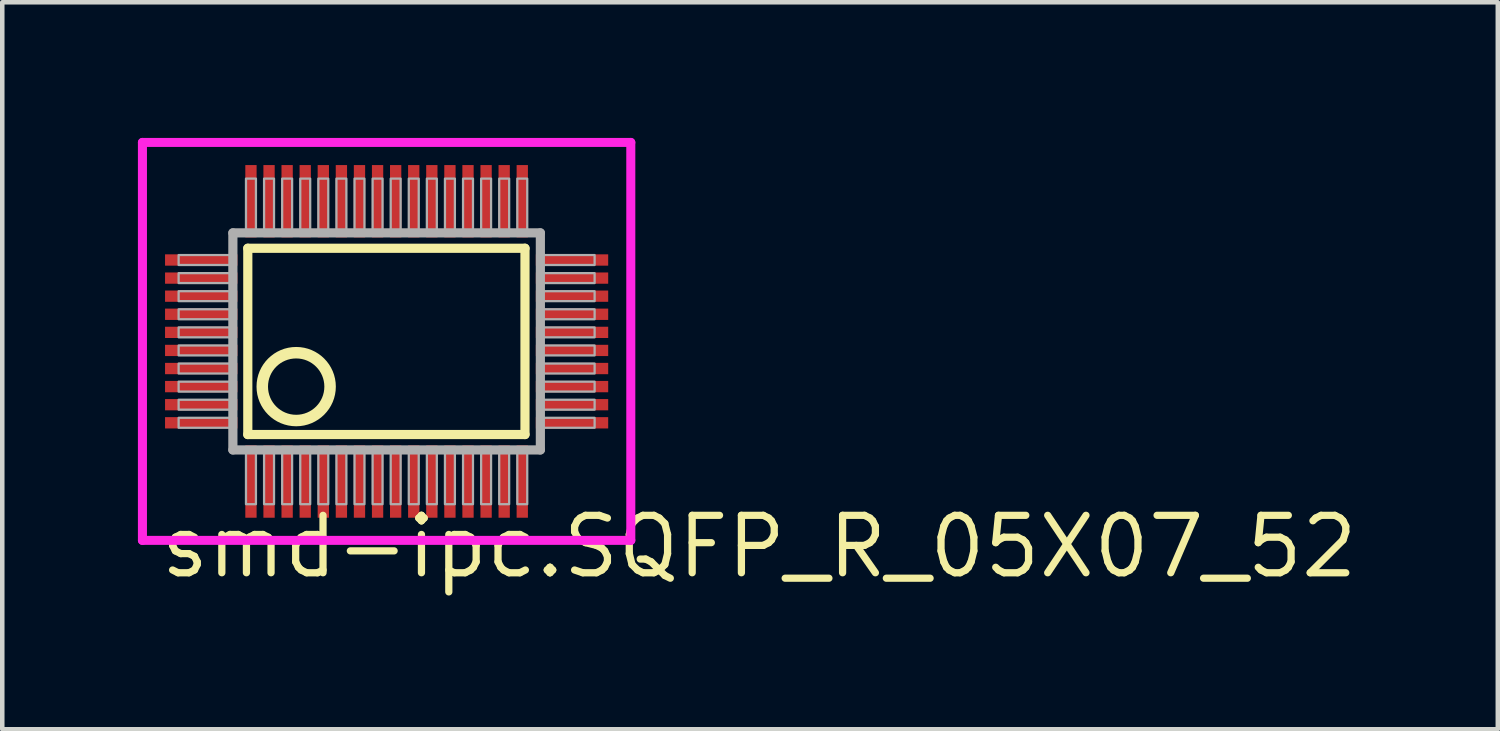
<source format=kicad_pcb>
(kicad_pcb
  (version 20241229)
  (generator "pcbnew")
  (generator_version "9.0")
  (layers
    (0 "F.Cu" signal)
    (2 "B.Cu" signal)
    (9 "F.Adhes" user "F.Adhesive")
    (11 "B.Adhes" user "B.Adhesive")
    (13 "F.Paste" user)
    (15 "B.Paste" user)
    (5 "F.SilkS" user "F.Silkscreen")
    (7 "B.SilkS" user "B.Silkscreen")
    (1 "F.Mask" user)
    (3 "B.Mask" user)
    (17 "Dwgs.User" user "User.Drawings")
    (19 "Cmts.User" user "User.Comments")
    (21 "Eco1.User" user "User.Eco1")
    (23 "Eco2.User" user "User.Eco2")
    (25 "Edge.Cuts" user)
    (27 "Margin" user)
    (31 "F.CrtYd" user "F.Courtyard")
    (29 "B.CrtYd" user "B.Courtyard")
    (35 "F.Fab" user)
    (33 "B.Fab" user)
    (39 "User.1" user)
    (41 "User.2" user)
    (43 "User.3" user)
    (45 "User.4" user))
  (footprint "smd-ipc.SQFP_R_05X07_52"
    (layer "F.Cu")
    (at 5.5 4.5)
    (property "Reference" "smd-ipc.SQFP_R_05X07_52" (at -5.08 5.28 0) (layer "F.SilkS") (effects (font (size 1.27 1.27) (thickness 0.16)) (justify left bottom)))
    (attr smd)
    (fp_line (start -3.07 -2.06) (end 3.06 -2.06) (stroke (width 0.203) (type default)) (layer "F.SilkS"))
    (fp_line (start -3.07 2.06) (end -3.07 -2.06) (stroke (width 0.203) (type default)) (layer "F.SilkS"))
    (fp_line (start 3.06 -2.06) (end 3.06 2.06) (stroke (width 0.203) (type default)) (layer "F.SilkS"))
    (fp_line (start 3.06 2.06) (end -3.07 2.06) (stroke (width 0.203) (type default)) (layer "F.SilkS"))
    (fp_circle (center -2 1) (end -1.25 1) (stroke (width 0.254) (type default)) (fill no) (layer "F.SilkS"))
    (fp_line (start -5.4 -4.4) (end 5.4 -4.4) (stroke (width 0.2) (type default)) (layer "F.CrtYd"))
    (fp_line (start -5.4 4.4) (end -5.4 -4.4) (stroke (width 0.2) (type default)) (layer "F.CrtYd"))
    (fp_line (start 5.4 -4.4) (end 5.4 4.4) (stroke (width 0.2) (type default)) (layer "F.CrtYd"))
    (fp_line (start 5.4 4.4) (end -5.4 4.4) (stroke (width 0.2) (type default)) (layer "F.CrtYd"))
    (fp_line (start -3.4 -2.4) (end -3.4 2.4) (stroke (width 0.203) (type default)) (layer "F.Fab"))
    (fp_line (start -3.4 2.4) (end 3.4 2.4) (stroke (width 0.203) (type default)) (layer "F.Fab"))
    (fp_line (start 3.4 -2.4) (end -3.4 -2.4) (stroke (width 0.203) (type default)) (layer "F.Fab"))
    (fp_line (start 3.4 2.4) (end 3.4 -2.4) (stroke (width 0.203) (type default)) (layer "F.Fab"))
    (fp_rect (start -4.6 -1.69) (end -3.45 -1.91) (stroke (width 0.05) (type default)) (fill no) (layer "F.Fab"))
    (fp_rect (start -4.6 -1.29) (end -3.45 -1.51) (stroke (width 0.05) (type default)) (fill no) (layer "F.Fab"))
    (fp_rect (start -4.6 -0.89) (end -3.45 -1.11) (stroke (width 0.05) (type default)) (fill no) (layer "F.Fab"))
    (fp_rect (start -4.6 -0.49) (end -3.45 -0.71) (stroke (width 0.05) (type default)) (fill no) (layer "F.Fab"))
    (fp_rect (start -4.6 -0.09) (end -3.45 -0.31) (stroke (width 0.05) (type default)) (fill no) (layer "F.Fab"))
    (fp_rect (start -4.6 0.31) (end -3.45 0.09) (stroke (width 0.05) (type default)) (fill no) (layer "F.Fab"))
    (fp_rect (start -4.6 0.71) (end -3.45 0.49) (stroke (width 0.05) (type default)) (fill no) (layer "F.Fab"))
    (fp_rect (start -4.6 1.11) (end -3.45 0.89) (stroke (width 0.05) (type default)) (fill no) (layer "F.Fab"))
    (fp_rect (start -4.6 1.51) (end -3.45 1.29) (stroke (width 0.05) (type default)) (fill no) (layer "F.Fab"))
    (fp_rect (start -4.6 1.91) (end -3.45 1.69) (stroke (width 0.05) (type default)) (fill no) (layer "F.Fab"))
    (fp_rect (start -3.11 -2.45) (end -2.89 -3.6) (stroke (width 0.05) (type default)) (fill no) (layer "F.Fab"))
    (fp_rect (start -3.11 3.6) (end -2.89 2.45) (stroke (width 0.05) (type default)) (fill no) (layer "F.Fab"))
    (fp_rect (start -2.71 -2.45) (end -2.49 -3.6) (stroke (width 0.05) (type default)) (fill no) (layer "F.Fab"))
    (fp_rect (start -2.71 3.6) (end -2.49 2.45) (stroke (width 0.05) (type default)) (fill no) (layer "F.Fab"))
    (fp_rect (start -2.31 -2.45) (end -2.09 -3.6) (stroke (width 0.05) (type default)) (fill no) (layer "F.Fab"))
    (fp_rect (start -2.31 3.6) (end -2.09 2.45) (stroke (width 0.05) (type default)) (fill no) (layer "F.Fab"))
    (fp_rect (start -1.91 -2.45) (end -1.69 -3.6) (stroke (width 0.05) (type default)) (fill no) (layer "F.Fab"))
    (fp_rect (start -1.91 3.6) (end -1.69 2.45) (stroke (width 0.05) (type default)) (fill no) (layer "F.Fab"))
    (fp_rect (start -1.51 -2.45) (end -1.29 -3.6) (stroke (width 0.05) (type default)) (fill no) (layer "F.Fab"))
    (fp_rect (start -1.51 3.6) (end -1.29 2.45) (stroke (width 0.05) (type default)) (fill no) (layer "F.Fab"))
    (fp_rect (start -1.11 -2.45) (end -0.89 -3.6) (stroke (width 0.05) (type default)) (fill no) (layer "F.Fab"))
    (fp_rect (start -1.11 3.6) (end -0.89 2.45) (stroke (width 0.05) (type default)) (fill no) (layer "F.Fab"))
    (fp_rect (start -0.71 -2.45) (end -0.49 -3.6) (stroke (width 0.05) (type default)) (fill no) (layer "F.Fab"))
    (fp_rect (start -0.71 3.6) (end -0.49 2.45) (stroke (width 0.05) (type default)) (fill no) (layer "F.Fab"))
    (fp_rect (start -0.31 -2.45) (end -0.09 -3.6) (stroke (width 0.05) (type default)) (fill no) (layer "F.Fab"))
    (fp_rect (start -0.31 3.6) (end -0.09 2.45) (stroke (width 0.05) (type default)) (fill no) (layer "F.Fab"))
    (fp_rect (start 0.09 -2.45) (end 0.31 -3.6) (stroke (width 0.05) (type default)) (fill no) (layer "F.Fab"))
    (fp_rect (start 0.09 3.6) (end 0.31 2.45) (stroke (width 0.05) (type default)) (fill no) (layer "F.Fab"))
    (fp_rect (start 0.49 -2.45) (end 0.71 -3.6) (stroke (width 0.05) (type default)) (fill no) (layer "F.Fab"))
    (fp_rect (start 0.49 3.6) (end 0.71 2.45) (stroke (width 0.05) (type default)) (fill no) (layer "F.Fab"))
    (fp_rect (start 0.89 -2.45) (end 1.11 -3.6) (stroke (width 0.05) (type default)) (fill no) (layer "F.Fab"))
    (fp_rect (start 0.89 3.6) (end 1.11 2.45) (stroke (width 0.05) (type default)) (fill no) (layer "F.Fab"))
    (fp_rect (start 1.29 -2.45) (end 1.51 -3.6) (stroke (width 0.05) (type default)) (fill no) (layer "F.Fab"))
    (fp_rect (start 1.29 3.6) (end 1.51 2.45) (stroke (width 0.05) (type default)) (fill no) (layer "F.Fab"))
    (fp_rect (start 1.69 -2.45) (end 1.91 -3.6) (stroke (width 0.05) (type default)) (fill no) (layer "F.Fab"))
    (fp_rect (start 1.69 3.6) (end 1.91 2.45) (stroke (width 0.05) (type default)) (fill no) (layer "F.Fab"))
    (fp_rect (start 2.09 -2.45) (end 2.31 -3.6) (stroke (width 0.05) (type default)) (fill no) (layer "F.Fab"))
    (fp_rect (start 2.09 3.6) (end 2.31 2.45) (stroke (width 0.05) (type default)) (fill no) (layer "F.Fab"))
    (fp_rect (start 2.49 -2.45) (end 2.71 -3.6) (stroke (width 0.05) (type default)) (fill no) (layer "F.Fab"))
    (fp_rect (start 2.49 3.6) (end 2.71 2.45) (stroke (width 0.05) (type default)) (fill no) (layer "F.Fab"))
    (fp_rect (start 2.89 -2.45) (end 3.11 -3.6) (stroke (width 0.05) (type default)) (fill no) (layer "F.Fab"))
    (fp_rect (start 2.89 3.6) (end 3.11 2.45) (stroke (width 0.05) (type default)) (fill no) (layer "F.Fab"))
    (fp_rect (start 3.45 -1.69) (end 4.6 -1.91) (stroke (width 0.05) (type default)) (fill no) (layer "F.Fab"))
    (fp_rect (start 3.45 -1.29) (end 4.6 -1.51) (stroke (width 0.05) (type default)) (fill no) (layer "F.Fab"))
    (fp_rect (start 3.45 -0.89) (end 4.6 -1.11) (stroke (width 0.05) (type default)) (fill no) (layer "F.Fab"))
    (fp_rect (start 3.45 -0.49) (end 4.6 -0.71) (stroke (width 0.05) (type default)) (fill no) (layer "F.Fab"))
    (fp_rect (start 3.45 -0.09) (end 4.6 -0.31) (stroke (width 0.05) (type default)) (fill no) (layer "F.Fab"))
    (fp_rect (start 3.45 0.31) (end 4.6 0.09) (stroke (width 0.05) (type default)) (fill no) (layer "F.Fab"))
    (fp_rect (start 3.45 0.71) (end 4.6 0.49) (stroke (width 0.05) (type default)) (fill no) (layer "F.Fab"))
    (fp_rect (start 3.45 1.11) (end 4.6 0.89) (stroke (width 0.05) (type default)) (fill no) (layer "F.Fab"))
    (fp_rect (start 3.45 1.51) (end 4.6 1.29) (stroke (width 0.05) (type default)) (fill no) (layer "F.Fab"))
    (fp_rect (start 3.45 1.91) (end 4.6 1.69) (stroke (width 0.05) (type default)) (fill no) (layer "F.Fab"))
    (pad "1" smd roundrect (at -3 3.1) (size 0.25 1.6) (layers "F.Cu" "F.Mask" "F.Paste") (roundrect_rratio 0.01))
    (pad "2" smd roundrect (at -2.6 3.1) (size 0.25 1.6) (layers "F.Cu" "F.Mask" "F.Paste") (roundrect_rratio 0.01))
    (pad "3" smd roundrect (at -2.2 3.1) (size 0.25 1.6) (layers "F.Cu" "F.Mask" "F.Paste") (roundrect_rratio 0.01))
    (pad "4" smd roundrect (at -1.8 3.1) (size 0.25 1.6) (layers "F.Cu" "F.Mask" "F.Paste") (roundrect_rratio 0.01))
    (pad "5" smd roundrect (at -1.4 3.1) (size 0.25 1.6) (layers "F.Cu" "F.Mask" "F.Paste") (roundrect_rratio 0.01))
    (pad "6" smd roundrect (at -1 3.1) (size 0.25 1.6) (layers "F.Cu" "F.Mask" "F.Paste") (roundrect_rratio 0.01))
    (pad "7" smd roundrect (at -0.6 3.1) (size 0.25 1.6) (layers "F.Cu" "F.Mask" "F.Paste") (roundrect_rratio 0.01))
    (pad "8" smd roundrect (at -0.2 3.1) (size 0.25 1.6) (layers "F.Cu" "F.Mask" "F.Paste") (roundrect_rratio 0.01))
    (pad "9" smd roundrect (at 0.2 3.1) (size 0.25 1.6) (layers "F.Cu" "F.Mask" "F.Paste") (roundrect_rratio 0.01))
    (pad "10" smd roundrect (at 0.6 3.1) (size 0.25 1.6) (layers "F.Cu" "F.Mask" "F.Paste") (roundrect_rratio 0.01))
    (pad "11" smd roundrect (at 1 3.1) (size 0.25 1.6) (layers "F.Cu" "F.Mask" "F.Paste") (roundrect_rratio 0.01))
    (pad "12" smd roundrect (at 1.4 3.1) (size 0.25 1.6) (layers "F.Cu" "F.Mask" "F.Paste") (roundrect_rratio 0.01))
    (pad "13" smd roundrect (at 1.8 3.1) (size 0.25 1.6) (layers "F.Cu" "F.Mask" "F.Paste") (roundrect_rratio 0.01))
    (pad "14" smd roundrect (at 2.2 3.1) (size 0.25 1.6) (layers "F.Cu" "F.Mask" "F.Paste") (roundrect_rratio 0.01))
    (pad "15" smd roundrect (at 2.6 3.1) (size 0.25 1.6) (layers "F.Cu" "F.Mask" "F.Paste") (roundrect_rratio 0.01))
    (pad "16" smd roundrect (at 3 3.1) (size 0.25 1.6) (layers "F.Cu" "F.Mask" "F.Paste") (roundrect_rratio 0.01))
    (pad "17" smd roundrect (at 4.1 1.8) (size 1.6 0.25) (layers "F.Cu" "F.Mask" "F.Paste") (roundrect_rratio 0.01))
    (pad "18" smd roundrect (at 4.1 1.4) (size 1.6 0.25) (layers "F.Cu" "F.Mask" "F.Paste") (roundrect_rratio 0.01))
    (pad "19" smd roundrect (at 4.1 1) (size 1.6 0.25) (layers "F.Cu" "F.Mask" "F.Paste") (roundrect_rratio 0.01))
    (pad "20" smd roundrect (at 4.1 0.6) (size 1.6 0.25) (layers "F.Cu" "F.Mask" "F.Paste") (roundrect_rratio 0.01))
    (pad "21" smd roundrect (at 4.1 0.2) (size 1.6 0.25) (layers "F.Cu" "F.Mask" "F.Paste") (roundrect_rratio 0.01))
    (pad "22" smd roundrect (at 4.1 -0.2) (size 1.6 0.25) (layers "F.Cu" "F.Mask" "F.Paste") (roundrect_rratio 0.01))
    (pad "23" smd roundrect (at 4.1 -0.6) (size 1.6 0.25) (layers "F.Cu" "F.Mask" "F.Paste") (roundrect_rratio 0.01))
    (pad "24" smd roundrect (at 4.1 -1) (size 1.6 0.25) (layers "F.Cu" "F.Mask" "F.Paste") (roundrect_rratio 0.01))
    (pad "25" smd roundrect (at 4.1 -1.4) (size 1.6 0.25) (layers "F.Cu" "F.Mask" "F.Paste") (roundrect_rratio 0.01))
    (pad "26" smd roundrect (at 4.1 -1.8) (size 1.6 0.25) (layers "F.Cu" "F.Mask" "F.Paste") (roundrect_rratio 0.01))
    (pad "27" smd roundrect (at 3 -3.1) (size 0.25 1.6) (layers "F.Cu" "F.Mask" "F.Paste") (roundrect_rratio 0.01))
    (pad "28" smd roundrect (at 2.6 -3.1) (size 0.25 1.6) (layers "F.Cu" "F.Mask" "F.Paste") (roundrect_rratio 0.01))
    (pad "29" smd roundrect (at 2.2 -3.1) (size 0.25 1.6) (layers "F.Cu" "F.Mask" "F.Paste") (roundrect_rratio 0.01))
    (pad "30" smd roundrect (at 1.8 -3.1) (size 0.25 1.6) (layers "F.Cu" "F.Mask" "F.Paste") (roundrect_rratio 0.01))
    (pad "31" smd roundrect (at 1.4 -3.1) (size 0.25 1.6) (layers "F.Cu" "F.Mask" "F.Paste") (roundrect_rratio 0.01))
    (pad "32" smd roundrect (at 1 -3.1) (size 0.25 1.6) (layers "F.Cu" "F.Mask" "F.Paste") (roundrect_rratio 0.01))
    (pad "33" smd roundrect (at 0.6 -3.1) (size 0.25 1.6) (layers "F.Cu" "F.Mask" "F.Paste") (roundrect_rratio 0.01))
    (pad "34" smd roundrect (at 0.2 -3.1) (size 0.25 1.6) (layers "F.Cu" "F.Mask" "F.Paste") (roundrect_rratio 0.01))
    (pad "35" smd roundrect (at -0.2 -3.1) (size 0.25 1.6) (layers "F.Cu" "F.Mask" "F.Paste") (roundrect_rratio 0.01))
    (pad "36" smd roundrect (at -0.6 -3.1) (size 0.25 1.6) (layers "F.Cu" "F.Mask" "F.Paste") (roundrect_rratio 0.01))
    (pad "37" smd roundrect (at -1 -3.1) (size 0.25 1.6) (layers "F.Cu" "F.Mask" "F.Paste") (roundrect_rratio 0.01))
    (pad "38" smd roundrect (at -1.4 -3.1) (size 0.25 1.6) (layers "F.Cu" "F.Mask" "F.Paste") (roundrect_rratio 0.01))
    (pad "39" smd roundrect (at -1.8 -3.1) (size 0.25 1.6) (layers "F.Cu" "F.Mask" "F.Paste") (roundrect_rratio 0.01))
    (pad "40" smd roundrect (at -2.2 -3.1) (size 0.25 1.6) (layers "F.Cu" "F.Mask" "F.Paste") (roundrect_rratio 0.01))
    (pad "41" smd roundrect (at -2.6 -3.1) (size 0.25 1.6) (layers "F.Cu" "F.Mask" "F.Paste") (roundrect_rratio 0.01))
    (pad "42" smd roundrect (at -3 -3.1) (size 0.25 1.6) (layers "F.Cu" "F.Mask" "F.Paste") (roundrect_rratio 0.01))
    (pad "43" smd roundrect (at -4.1 -1.8) (size 1.6 0.25) (layers "F.Cu" "F.Mask" "F.Paste") (roundrect_rratio 0.01))
    (pad "44" smd roundrect (at -4.1 -1.4) (size 1.6 0.25) (layers "F.Cu" "F.Mask" "F.Paste") (roundrect_rratio 0.01))
    (pad "45" smd roundrect (at -4.1 -1) (size 1.6 0.25) (layers "F.Cu" "F.Mask" "F.Paste") (roundrect_rratio 0.01))
    (pad "46" smd roundrect (at -4.1 -0.6) (size 1.6 0.25) (layers "F.Cu" "F.Mask" "F.Paste") (roundrect_rratio 0.01))
    (pad "47" smd roundrect (at -4.1 -0.2) (size 1.6 0.25) (layers "F.Cu" "F.Mask" "F.Paste") (roundrect_rratio 0.01))
    (pad "48" smd roundrect (at -4.1 0.2) (size 1.6 0.25) (layers "F.Cu" "F.Mask" "F.Paste") (roundrect_rratio 0.01))
    (pad "49" smd roundrect (at -4.1 0.6) (size 1.6 0.25) (layers "F.Cu" "F.Mask" "F.Paste") (roundrect_rratio 0.01))
    (pad "50" smd roundrect (at -4.1 1) (size 1.6 0.25) (layers "F.Cu" "F.Mask" "F.Paste") (roundrect_rratio 0.01))
    (pad "51" smd roundrect (at -4.1 1.4) (size 1.6 0.25) (layers "F.Cu" "F.Mask" "F.Paste") (roundrect_rratio 0.01))
    (pad "52" smd roundrect (at -4.1 1.8) (size 1.6 0.25) (layers "F.Cu" "F.Mask" "F.Paste") (roundrect_rratio 0.01)))
  (gr_rect
    (start -3 -3)
    (end 30.074 13.077)
    (stroke (width 0.1) (type default))
    (fill no)
    (layer "Edge.Cuts")))
</source>
